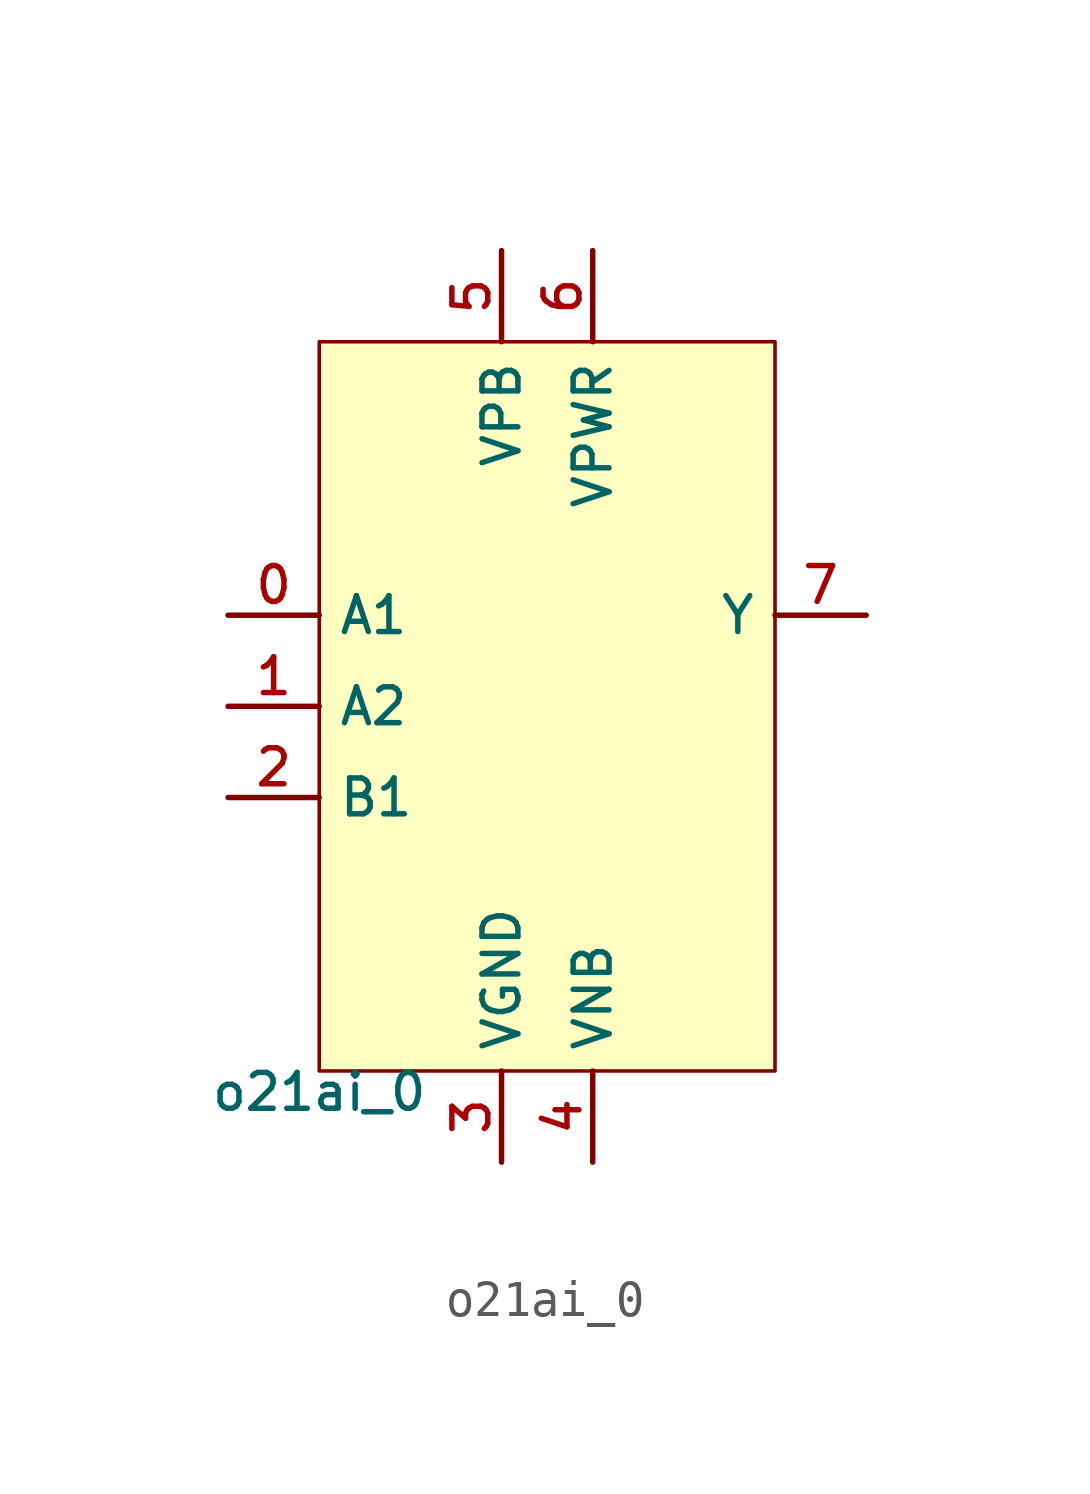
<source format=kicad_sym>
(kicad_symbol_lib
  (version 20211014)
  (generator pdk2kicad)
  (symbol "o21ai_0"
    (property "Reference" "X"
      (at 0 0 0)
      (effects (font (size 1 1)) hide))
    (property "Value" "o21ai_0"
      (at -6.35 -10.16 0)
      (effects (font (size 1 1)) (justify top)))
    (rectangle
      (start -6.35 -10.16)
      (end 6.35 10.16)
      (stroke (width 0.1) (type solid) (color 0 0 0 0))
      (fill (type background)))
    (pin input line
      (at -8.89 2.54 0)
      (length 2.54)
      (name "A1" (effects (font (size 1 1)) hide))
      (number "0" (effects (font (size 1 1)) hide)))
    (pin input line
      (at -8.89 0.0 0)
      (length 2.54)
      (name "A2" (effects (font (size 1 1)) hide))
      (number "1" (effects (font (size 1 1)) hide)))
    (pin input line
      (at -8.89 -2.54 0)
      (length 2.54)
      (name "B1" (effects (font (size 1 1)) hide))
      (number "2" (effects (font (size 1 1)) hide)))
    (pin power_in line
      (at -1.27 -12.7 90)
      (length 2.54)
      (name "VGND" (effects (font (size 1 1)) hide))
      (number "3" (effects (font (size 1 1)) hide)))
    (pin power_in line
      (at 1.27 -12.7 90)
      (length 2.54)
      (name "VNB" (effects (font (size 1 1)) hide))
      (number "4" (effects (font (size 1 1)) hide)))
    (pin power_in line
      (at -1.27 12.7 270)
      (length 2.54)
      (name "VPB" (effects (font (size 1 1)) hide))
      (number "5" (effects (font (size 1 1)) hide)))
    (pin power_in line
      (at 1.27 12.7 270)
      (length 2.54)
      (name "VPWR" (effects (font (size 1 1)) hide))
      (number "6" (effects (font (size 1 1)) hide)))
    (pin output line
      (at 8.89 2.54 180)
      (length 2.54)
      (name "Y" (effects (font (size 1 1)) hide))
      (number "7" (effects (font (size 1 1)) hide)))))
</source>
